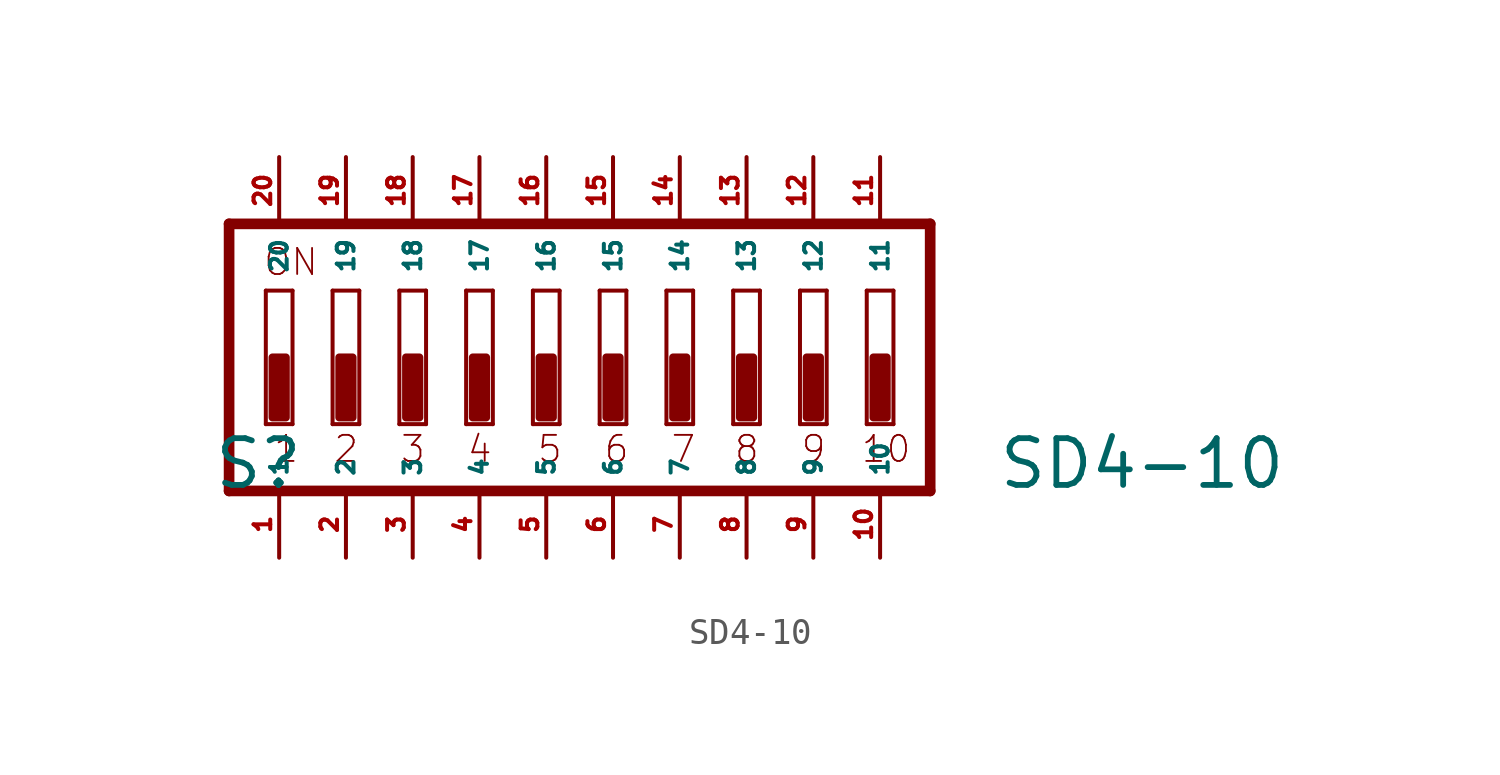
<source format=kicad_sym>
(kicad_symbol_lib
  (version 20220914)
  (generator Eagle2Kicad)
  (symbol "SD4-10"
    (property "Reference" "S"
      (at -15.24 -5.08 0)
      (effects (font (size 1.778 1.778) (thickness 0.22)) (justify left bottom)))
    (property "Value" "SD4-10"
      (at 14.605 -5.08 0)
      (effects (font (size 1.778 1.778) (thickness 0.22)) (justify left bottom)))
    (polyline
      (pts (xy 12.065 5.08) (xy -14.605 5.08))
      (stroke (width 0.406) (type default))
      (fill (type none)))
    (polyline
      (pts (xy -14.605 5.08) (xy -14.605 -5.08))
      (stroke (width 0.406) (type default))
      (fill (type none)))
    (polyline
      (pts (xy -14.605 -5.08) (xy 12.065 -5.08))
      (stroke (width 0.406) (type default))
      (fill (type none)))
    (polyline
      (pts (xy 12.065 -5.08) (xy 12.065 5.08))
      (stroke (width 0.406) (type default))
      (fill (type none)))
    (polyline
      (pts (xy -12.192 -2.54) (xy -13.208 -2.54))
      (stroke (width 0.152) (type default))
      (fill (type none)))
    (polyline
      (pts (xy -13.208 2.54) (xy -12.192 2.54))
      (stroke (width 0.152) (type default))
      (fill (type none)))
    (polyline
      (pts (xy -12.192 2.54) (xy -12.192 -2.54))
      (stroke (width 0.152) (type default))
      (fill (type none)))
    (polyline
      (pts (xy -13.208 -2.54) (xy -13.208 2.54))
      (stroke (width 0.152) (type default))
      (fill (type none)))
    (polyline
      (pts (xy -9.652 -2.54) (xy -10.668 -2.54))
      (stroke (width 0.152) (type default))
      (fill (type none)))
    (polyline
      (pts (xy -10.668 2.54) (xy -9.652 2.54))
      (stroke (width 0.152) (type default))
      (fill (type none)))
    (polyline
      (pts (xy -9.652 2.54) (xy -9.652 -2.54))
      (stroke (width 0.152) (type default))
      (fill (type none)))
    (polyline
      (pts (xy -10.668 -2.54) (xy -10.668 2.54))
      (stroke (width 0.152) (type default))
      (fill (type none)))
    (polyline
      (pts (xy -7.112 -2.54) (xy -8.128 -2.54))
      (stroke (width 0.152) (type default))
      (fill (type none)))
    (polyline
      (pts (xy -8.128 2.54) (xy -7.112 2.54))
      (stroke (width 0.152) (type default))
      (fill (type none)))
    (polyline
      (pts (xy -7.112 2.54) (xy -7.112 -2.54))
      (stroke (width 0.152) (type default))
      (fill (type none)))
    (polyline
      (pts (xy -8.128 -2.54) (xy -8.128 2.54))
      (stroke (width 0.152) (type default))
      (fill (type none)))
    (polyline
      (pts (xy -4.572 -2.54) (xy -5.588 -2.54))
      (stroke (width 0.152) (type default))
      (fill (type none)))
    (polyline
      (pts (xy -5.588 2.54) (xy -4.572 2.54))
      (stroke (width 0.152) (type default))
      (fill (type none)))
    (polyline
      (pts (xy -4.572 2.54) (xy -4.572 -2.54))
      (stroke (width 0.152) (type default))
      (fill (type none)))
    (polyline
      (pts (xy -5.588 -2.54) (xy -5.588 2.54))
      (stroke (width 0.152) (type default))
      (fill (type none)))
    (polyline
      (pts (xy -2.032 -2.54) (xy -3.048 -2.54))
      (stroke (width 0.152) (type default))
      (fill (type none)))
    (polyline
      (pts (xy -3.048 2.54) (xy -2.032 2.54))
      (stroke (width 0.152) (type default))
      (fill (type none)))
    (polyline
      (pts (xy -2.032 2.54) (xy -2.032 -2.54))
      (stroke (width 0.152) (type default))
      (fill (type none)))
    (polyline
      (pts (xy -3.048 -2.54) (xy -3.048 2.54))
      (stroke (width 0.152) (type default))
      (fill (type none)))
    (polyline
      (pts (xy 0.508 -2.54) (xy -0.508 -2.54))
      (stroke (width 0.152) (type default))
      (fill (type none)))
    (polyline
      (pts (xy -0.508 2.54) (xy 0.508 2.54))
      (stroke (width 0.152) (type default))
      (fill (type none)))
    (polyline
      (pts (xy 0.508 2.54) (xy 0.508 -2.54))
      (stroke (width 0.152) (type default))
      (fill (type none)))
    (polyline
      (pts (xy -0.508 -2.54) (xy -0.508 2.54))
      (stroke (width 0.152) (type default))
      (fill (type none)))
    (polyline
      (pts (xy 3.048 -2.54) (xy 2.032 -2.54))
      (stroke (width 0.152) (type default))
      (fill (type none)))
    (polyline
      (pts (xy 2.032 2.54) (xy 3.048 2.54))
      (stroke (width 0.152) (type default))
      (fill (type none)))
    (polyline
      (pts (xy 3.048 2.54) (xy 3.048 -2.54))
      (stroke (width 0.152) (type default))
      (fill (type none)))
    (polyline
      (pts (xy 2.032 -2.54) (xy 2.032 2.54))
      (stroke (width 0.152) (type default))
      (fill (type none)))
    (polyline
      (pts (xy 5.588 -2.54) (xy 4.572 -2.54))
      (stroke (width 0.152) (type default))
      (fill (type none)))
    (polyline
      (pts (xy 4.572 2.54) (xy 5.588 2.54))
      (stroke (width 0.152) (type default))
      (fill (type none)))
    (polyline
      (pts (xy 5.588 2.54) (xy 5.588 -2.54))
      (stroke (width 0.152) (type default))
      (fill (type none)))
    (polyline
      (pts (xy 4.572 -2.54) (xy 4.572 2.54))
      (stroke (width 0.152) (type default))
      (fill (type none)))
    (polyline
      (pts (xy 8.128 -2.54) (xy 7.112 -2.54))
      (stroke (width 0.152) (type default))
      (fill (type none)))
    (polyline
      (pts (xy 7.112 2.54) (xy 8.128 2.54))
      (stroke (width 0.152) (type default))
      (fill (type none)))
    (polyline
      (pts (xy 8.128 2.54) (xy 8.128 -2.54))
      (stroke (width 0.152) (type default))
      (fill (type none)))
    (polyline
      (pts (xy 7.112 -2.54) (xy 7.112 2.54))
      (stroke (width 0.152) (type default))
      (fill (type none)))
    (polyline
      (pts (xy 10.668 -2.54) (xy 9.652 -2.54))
      (stroke (width 0.152) (type default))
      (fill (type none)))
    (polyline
      (pts (xy 9.652 2.54) (xy 10.668 2.54))
      (stroke (width 0.152) (type default))
      (fill (type none)))
    (polyline
      (pts (xy 10.668 2.54) (xy 10.668 -2.54))
      (stroke (width 0.152) (type default))
      (fill (type none)))
    (polyline
      (pts (xy 9.652 -2.54) (xy 9.652 2.54))
      (stroke (width 0.152) (type default))
      (fill (type none)))
    (text "1"
      (at -12.954 -4.064 0)
      (effects (font (size 0.991 0.991) (thickness 0.07)) (justify left bottom)))
    (text "2"
      (at -10.668 -4.064 0)
      (effects (font (size 0.991 0.991) (thickness 0.07)) (justify left bottom)))
    (text "3"
      (at -8.128 -4.064 0)
      (effects (font (size 0.991 0.991) (thickness 0.07)) (justify left bottom)))
    (text "4"
      (at -5.588 -4.064 0)
      (effects (font (size 0.991 0.991) (thickness 0.07)) (justify left bottom)))
    (text "5"
      (at -2.921 -4.064 0)
      (effects (font (size 0.991 0.991) (thickness 0.07)) (justify left bottom)))
    (text "6"
      (at -0.381 -4.064 0)
      (effects (font (size 0.991 0.991) (thickness 0.07)) (justify left bottom)))
    (text "7"
      (at 2.159 -4.064 0)
      (effects (font (size 0.991 0.991) (thickness 0.07)) (justify left bottom)))
    (text "8"
      (at 4.572 -4.064 0)
      (effects (font (size 0.991 0.991) (thickness 0.07)) (justify left bottom)))
    (text "9"
      (at 7.112 -4.064 0)
      (effects (font (size 0.991 0.991) (thickness 0.07)) (justify left bottom)))
    (text "ON"
      (at -13.335 3.048 0)
      (effects (font (size 0.991 0.991) (thickness 0.07)) (justify left bottom)))
    (text "10"
      (at 9.398 -4.064 0)
      (effects (font (size 0.991 0.991) (thickness 0.07)) (justify left bottom)))
    (rectangle
      (start -12.954 -2.286)
      (end -12.446 0)
      (stroke (width 0.3) (type default))
      (fill (type outline)))
    (rectangle
      (start -10.414 -2.286)
      (end -9.906 0)
      (stroke (width 0.3) (type default))
      (fill (type outline)))
    (rectangle
      (start -7.874 -2.286)
      (end -7.366 0)
      (stroke (width 0.3) (type default))
      (fill (type outline)))
    (rectangle
      (start -5.334 -2.286)
      (end -4.826 0)
      (stroke (width 0.3) (type default))
      (fill (type outline)))
    (rectangle
      (start -2.794 -2.286)
      (end -2.286 0)
      (stroke (width 0.3) (type default))
      (fill (type outline)))
    (rectangle
      (start -0.254 -2.286)
      (end 0.254 0)
      (stroke (width 0.3) (type default))
      (fill (type outline)))
    (rectangle
      (start 2.286 -2.286)
      (end 2.794 0)
      (stroke (width 0.3) (type default))
      (fill (type outline)))
    (rectangle
      (start 4.826 -2.286)
      (end 5.334 0)
      (stroke (width 0.3) (type default))
      (fill (type outline)))
    (rectangle
      (start 7.366 -2.286)
      (end 7.874 0)
      (stroke (width 0.3) (type default))
      (fill (type outline)))
    (rectangle
      (start 9.906 -2.286)
      (end 10.414 0)
      (stroke (width 0.3) (type default))
      (fill (type outline)))
    (pin passive line
      (at 7.62 7.62 270)
      (length 2.54)
      (name "12" (effects (font (size 0.635 0.635) (thickness 0.08)) (justify left bottom)))
      (number "12" (effects (font (size 0.635 0.635) (thickness 0.08)) (justify left bottom))))
    (pin passive line
      (at 5.08 7.62 270)
      (length 2.54)
      (name "13" (effects (font (size 0.635 0.635) (thickness 0.08)) (justify left bottom)))
      (number "13" (effects (font (size 0.635 0.635) (thickness 0.08)) (justify left bottom))))
    (pin passive line
      (at 2.54 7.62 270)
      (length 2.54)
      (name "14" (effects (font (size 0.635 0.635) (thickness 0.08)) (justify left bottom)))
      (number "14" (effects (font (size 0.635 0.635) (thickness 0.08)) (justify left bottom))))
    (pin passive line
      (at 0 7.62 270)
      (length 2.54)
      (name "15" (effects (font (size 0.635 0.635) (thickness 0.08)) (justify left bottom)))
      (number "15" (effects (font (size 0.635 0.635) (thickness 0.08)) (justify left bottom))))
    (pin passive line
      (at -2.54 7.62 270)
      (length 2.54)
      (name "16" (effects (font (size 0.635 0.635) (thickness 0.08)) (justify left bottom)))
      (number "16" (effects (font (size 0.635 0.635) (thickness 0.08)) (justify left bottom))))
    (pin passive line
      (at -5.08 7.62 270)
      (length 2.54)
      (name "17" (effects (font (size 0.635 0.635) (thickness 0.08)) (justify left bottom)))
      (number "17" (effects (font (size 0.635 0.635) (thickness 0.08)) (justify left bottom))))
    (pin passive line
      (at -7.62 7.62 270)
      (length 2.54)
      (name "18" (effects (font (size 0.635 0.635) (thickness 0.08)) (justify left bottom)))
      (number "18" (effects (font (size 0.635 0.635) (thickness 0.08)) (justify left bottom))))
    (pin passive line
      (at -10.16 7.62 270)
      (length 2.54)
      (name "19" (effects (font (size 0.635 0.635) (thickness 0.08)) (justify left bottom)))
      (number "19" (effects (font (size 0.635 0.635) (thickness 0.08)) (justify left bottom))))
    (pin passive line
      (at -12.7 7.62 270)
      (length 2.54)
      (name "20" (effects (font (size 0.635 0.635) (thickness 0.08)) (justify left bottom)))
      (number "20" (effects (font (size 0.635 0.635) (thickness 0.08)) (justify left bottom))))
    (pin passive line
      (at -12.7 -7.62 90)
      (length 2.54)
      (name "1" (effects (font (size 0.635 0.635) (thickness 0.08)) (justify left bottom)))
      (number "1" (effects (font (size 0.635 0.635) (thickness 0.08)) (justify left bottom))))
    (pin passive line
      (at -10.16 -7.62 90)
      (length 2.54)
      (name "2" (effects (font (size 0.635 0.635) (thickness 0.08)) (justify left bottom)))
      (number "2" (effects (font (size 0.635 0.635) (thickness 0.08)) (justify left bottom))))
    (pin passive line
      (at -7.62 -7.62 90)
      (length 2.54)
      (name "3" (effects (font (size 0.635 0.635) (thickness 0.08)) (justify left bottom)))
      (number "3" (effects (font (size 0.635 0.635) (thickness 0.08)) (justify left bottom))))
    (pin passive line
      (at -5.08 -7.62 90)
      (length 2.54)
      (name "4" (effects (font (size 0.635 0.635) (thickness 0.08)) (justify left bottom)))
      (number "4" (effects (font (size 0.635 0.635) (thickness 0.08)) (justify left bottom))))
    (pin passive line
      (at -2.54 -7.62 90)
      (length 2.54)
      (name "5" (effects (font (size 0.635 0.635) (thickness 0.08)) (justify left bottom)))
      (number "5" (effects (font (size 0.635 0.635) (thickness 0.08)) (justify left bottom))))
    (pin passive line
      (at 0 -7.62 90)
      (length 2.54)
      (name "6" (effects (font (size 0.635 0.635) (thickness 0.08)) (justify left bottom)))
      (number "6" (effects (font (size 0.635 0.635) (thickness 0.08)) (justify left bottom))))
    (pin passive line
      (at 2.54 -7.62 90)
      (length 2.54)
      (name "7" (effects (font (size 0.635 0.635) (thickness 0.08)) (justify left bottom)))
      (number "7" (effects (font (size 0.635 0.635) (thickness 0.08)) (justify left bottom))))
    (pin passive line
      (at 5.08 -7.62 90)
      (length 2.54)
      (name "8" (effects (font (size 0.635 0.635) (thickness 0.08)) (justify left bottom)))
      (number "8" (effects (font (size 0.635 0.635) (thickness 0.08)) (justify left bottom))))
    (pin passive line
      (at 7.62 -7.62 90)
      (length 2.54)
      (name "9" (effects (font (size 0.635 0.635) (thickness 0.08)) (justify left bottom)))
      (number "9" (effects (font (size 0.635 0.635) (thickness 0.08)) (justify left bottom))))
    (pin passive line
      (at 10.16 -7.62 90)
      (length 2.54)
      (name "10" (effects (font (size 0.635 0.635) (thickness 0.08)) (justify left bottom)))
      (number "10" (effects (font (size 0.635 0.635) (thickness 0.08)) (justify left bottom))))
    (pin passive line
      (at 10.16 7.62 270)
      (length 2.54)
      (name "11" (effects (font (size 0.635 0.635) (thickness 0.08)) (justify left bottom)))
      (number "11" (effects (font (size 0.635 0.635) (thickness 0.08)) (justify left bottom))))))
</source>
